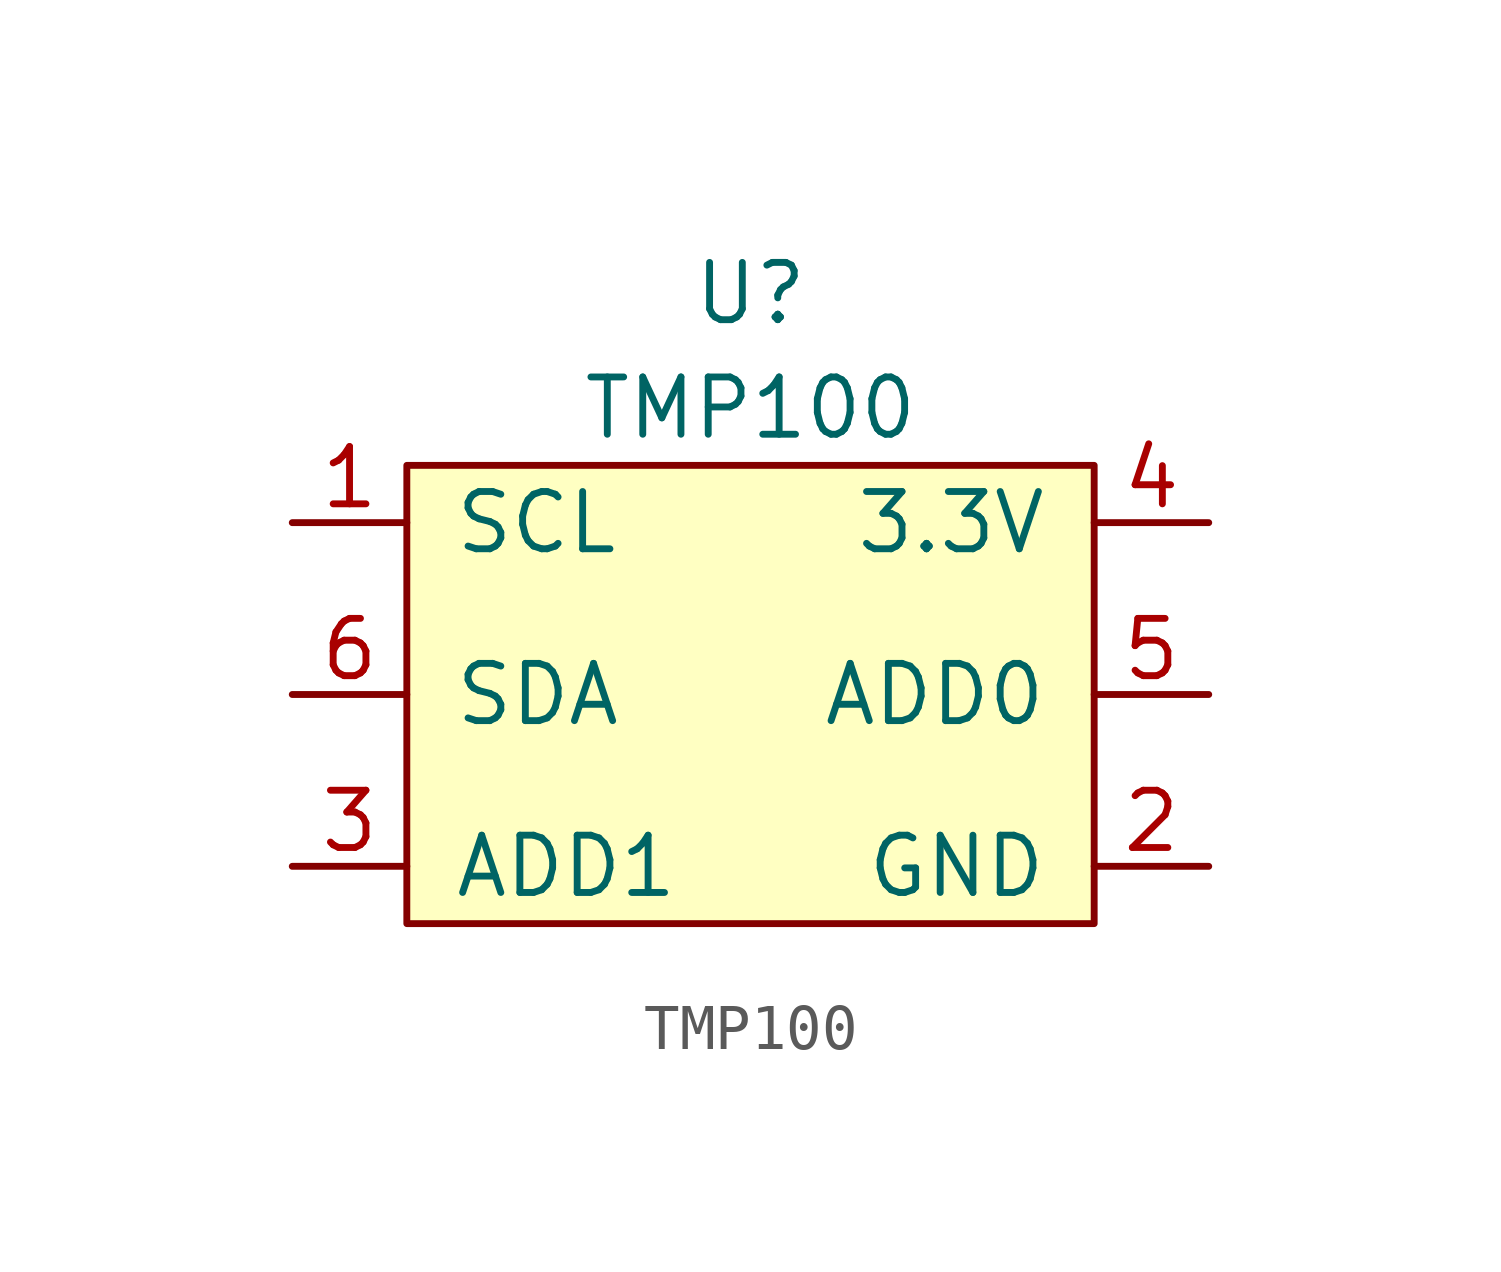
<source format=kicad_sym>
(kicad_symbol_lib
  (version 20211014)
  (generator kicad_symbol_editor)
  (symbol "TMP100"
    (pin_names
      (offset 1.016))
    (property "Reference" "U"
      (at 0 8.89 0)
      (effects (font (size 1.27 1.27))))
    (property "Value" "TMP100"
      (at 0 6.35 0)
      (effects (font (size 1.27 1.27))))
    (symbol "TMP100_0_1"
      (rectangle (start -7.62 5.08) (end 7.62 -5.08) (stroke (width 0) (type default) (color 0 0 0 0)) (fill (type background))))
    (symbol "TMP100_1_1"
      (pin input line (at -10.16 3.81 0) (length 2.54) (name "SCL" (effects (font (size 1.27 1.27)))) (number "1" (effects (font (size 1.27 1.27)))))
      (pin power_in line (at 10.16 -3.81 180) (length 2.54) (name "GND" (effects (font (size 1.27 1.27)))) (number "2" (effects (font (size 1.27 1.27)))))
      (pin power_in line (at -10.16 -3.81 0) (length 2.54) (name "ADD1" (effects (font (size 1.27 1.27)))) (number "3" (effects (font (size 1.27 1.27)))))
      (pin power_in line (at 10.16 3.81 180) (length 2.54) (name "3.3V" (effects (font (size 1.27 1.27)))) (number "4" (effects (font (size 1.27 1.27)))))
      (pin power_in line (at 10.16 0 180) (length 2.54) (name "ADD0" (effects (font (size 1.27 1.27)))) (number "5" (effects (font (size 1.27 1.27)))))
      (pin bidirectional line (at -10.16 0 0) (length 2.54) (name "SDA" (effects (font (size 1.27 1.27)))) (number "6" (effects (font (size 1.27 1.27))))))))
</source>
